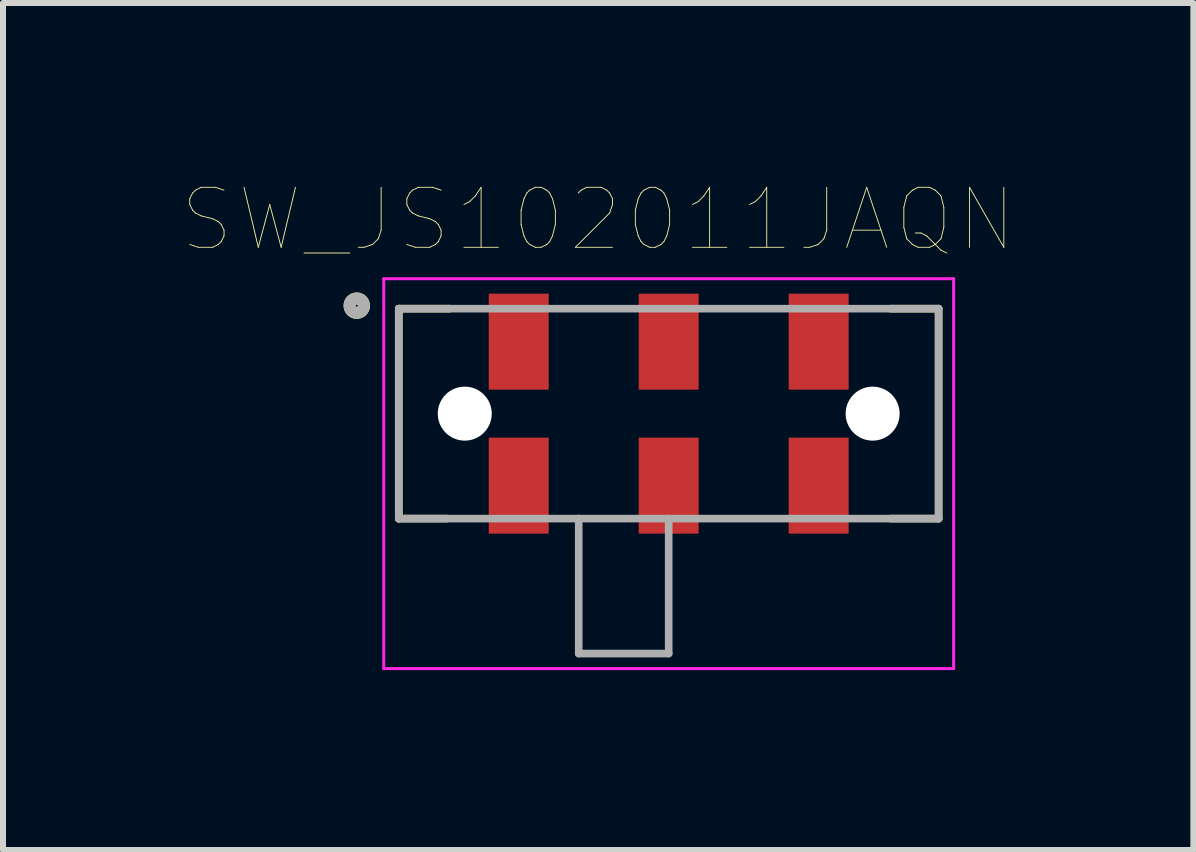
<source format=kicad_pcb>
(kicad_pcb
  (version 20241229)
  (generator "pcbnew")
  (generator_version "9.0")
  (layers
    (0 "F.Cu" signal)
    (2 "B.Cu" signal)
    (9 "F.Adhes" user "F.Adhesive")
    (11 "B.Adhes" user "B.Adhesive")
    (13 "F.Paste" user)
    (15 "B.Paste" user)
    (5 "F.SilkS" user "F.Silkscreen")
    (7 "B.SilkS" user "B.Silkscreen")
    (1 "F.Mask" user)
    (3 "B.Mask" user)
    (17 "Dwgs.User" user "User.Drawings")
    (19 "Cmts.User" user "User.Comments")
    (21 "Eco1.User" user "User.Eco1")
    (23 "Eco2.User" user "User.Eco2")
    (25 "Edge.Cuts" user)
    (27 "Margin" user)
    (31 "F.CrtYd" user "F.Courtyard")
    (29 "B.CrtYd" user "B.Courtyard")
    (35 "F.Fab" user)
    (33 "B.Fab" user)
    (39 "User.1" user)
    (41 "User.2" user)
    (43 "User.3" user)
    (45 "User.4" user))
  (footprint "SW_JS102011JAQN"
    (layer "F.Cu")
    (at 8.098 3.846)
    (property "Reference" "SW_JS102011JAQN" (at -1.175 -3.235 0) (layer "F.SilkS") (effects (font (size 1 1) (thickness 0.015))))
    (attr through_hole)
    (fp_line (start -4.5 -1.75) (end -4.5 1.75) (stroke (width 0.127) (type solid)) (layer "F.SilkS"))
    (fp_line (start -4.5 1.75) (end -3.7 1.75) (stroke (width 0.127) (type solid)) (layer "F.SilkS"))
    (fp_line (start -3.65 -1.75) (end -4.5 -1.75) (stroke (width 0.127) (type solid)) (layer "F.SilkS"))
    (fp_line (start 3.7 -1.75) (end 4.5 -1.75) (stroke (width 0.127) (type solid)) (layer "F.SilkS"))
    (fp_line (start 4.5 -1.75) (end 4.5 1.75) (stroke (width 0.127) (type solid)) (layer "F.SilkS"))
    (fp_line (start 4.5 1.75) (end 3.7 1.75) (stroke (width 0.127) (type solid)) (layer "F.SilkS"))
    (fp_circle (center -5.2 -1.8) (end -5.08 -1.8) (stroke (width 0.2) (type solid)) (fill no) (layer "F.SilkS"))
    (fp_line (start -4.75 -2.25) (end 4.75 -2.25) (stroke (width 0.05) (type solid)) (layer "F.CrtYd"))
    (fp_line (start -4.75 4.25) (end -4.75 -2.25) (stroke (width 0.05) (type solid)) (layer "F.CrtYd"))
    (fp_line (start 4.75 -2.25) (end 4.75 4.25) (stroke (width 0.05) (type solid)) (layer "F.CrtYd"))
    (fp_line (start 4.75 4.25) (end -4.75 4.25) (stroke (width 0.05) (type solid)) (layer "F.CrtYd"))
    (fp_line (start -4.5 -1.75) (end 4.5 -1.75) (stroke (width 0.127) (type solid)) (layer "F.Fab"))
    (fp_line (start -4.5 1.75) (end -4.5 -1.75) (stroke (width 0.127) (type solid)) (layer "F.Fab"))
    (fp_line (start -1.5 1.75) (end -4.5 1.75) (stroke (width 0.127) (type solid)) (layer "F.Fab"))
    (fp_line (start -1.5 1.75) (end -1.5 4) (stroke (width 0.127) (type solid)) (layer "F.Fab"))
    (fp_line (start -1.5 4) (end 0 4) (stroke (width 0.127) (type solid)) (layer "F.Fab"))
    (fp_line (start 0 1.75) (end -1.5 1.75) (stroke (width 0.127) (type solid)) (layer "F.Fab"))
    (fp_line (start 0 4) (end 0 1.75) (stroke (width 0.127) (type solid)) (layer "F.Fab"))
    (fp_line (start 4.5 -1.75) (end 4.5 1.75) (stroke (width 0.127) (type solid)) (layer "F.Fab"))
    (fp_line (start 4.5 1.75) (end 0 1.75) (stroke (width 0.127) (type solid)) (layer "F.Fab"))
    (fp_circle (center -5.2 -1.8) (end -5.08 -1.8) (stroke (width 0.2) (type solid)) (fill no) (layer "F.Fab"))
    (pad "" np_thru_hole circle (at -3.4 0) (size 0.9 0.9) (drill 0.9) (layers "*.Cu" "*.Mask"))
    (pad "" np_thru_hole circle (at 3.4 0) (size 0.9 0.9) (drill 0.9) (layers "*.Cu" "*.Mask"))
    (pad "1" smd rect (at -2.5 -1.2) (size 1 1.6) (layers "F.Cu" "F.Mask" "F.Paste"))
    (pad "1.1" smd rect (at -2.5 1.2) (size 1 1.6) (layers "F.Cu" "F.Mask" "F.Paste"))
    (pad "2" smd rect (at 0 -1.2) (size 1 1.6) (layers "F.Cu" "F.Mask" "F.Paste"))
    (pad "2.1" smd rect (at 0 1.2) (size 1 1.6) (layers "F.Cu" "F.Mask" "F.Paste"))
    (pad "3" smd rect (at 2.5 -1.2) (size 1 1.6) (layers "F.Cu" "F.Mask" "F.Paste"))
    (pad "3.1" smd rect (at 2.5 1.2) (size 1 1.6) (layers "F.Cu" "F.Mask" "F.Paste")))
  (gr_rect
    (start -3 -3)
    (end 16.845 11.121)
    (stroke (width 0.1) (type default))
    (fill no)
    (layer "Edge.Cuts")))
</source>
